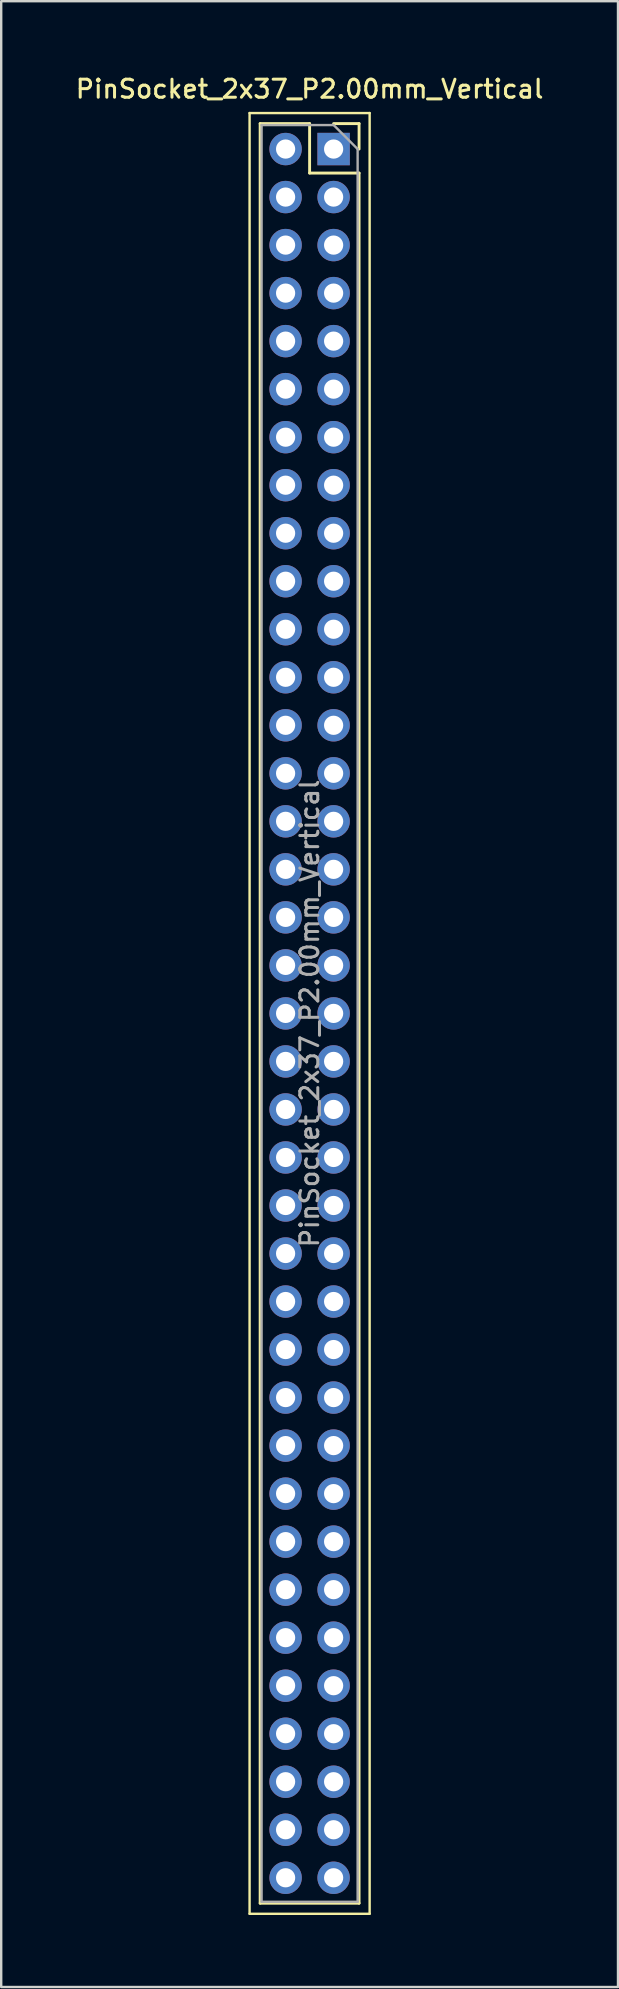
<source format=kicad_pcb>
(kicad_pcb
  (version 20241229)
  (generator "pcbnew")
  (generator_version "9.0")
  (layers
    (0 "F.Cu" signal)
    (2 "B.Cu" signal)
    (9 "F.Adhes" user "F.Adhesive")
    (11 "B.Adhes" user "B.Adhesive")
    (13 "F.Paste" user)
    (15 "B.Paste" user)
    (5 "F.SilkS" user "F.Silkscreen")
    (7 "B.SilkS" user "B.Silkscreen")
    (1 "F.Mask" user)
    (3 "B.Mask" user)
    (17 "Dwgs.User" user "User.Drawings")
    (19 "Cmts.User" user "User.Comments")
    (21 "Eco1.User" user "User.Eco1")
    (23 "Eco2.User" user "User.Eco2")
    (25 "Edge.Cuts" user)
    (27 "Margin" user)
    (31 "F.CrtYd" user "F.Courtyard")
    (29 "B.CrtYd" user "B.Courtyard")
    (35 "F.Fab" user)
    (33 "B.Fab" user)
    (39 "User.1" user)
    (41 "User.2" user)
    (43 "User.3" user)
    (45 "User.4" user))
  (footprint "PinSocket_2x37_P2.00mm_Vertical"
    (layer "F.Cu")
    (at 10.845 3.158)
    (property "Reference" "PinSocket_2x37_P2.00mm_Vertical" (at -1 -2.5 0) (layer "F.SilkS") (effects (font (size 0.75 0.75) (thickness 0.125))))
    (attr through_hole)
    (fp_line (start -3.5 -1.5) (end 1.5 -1.5) (stroke (width 0.1) (type solid)) (layer "F.SilkS"))
    (fp_line (start -3.5 73.5) (end -3.5 -1.5) (stroke (width 0.1) (type solid)) (layer "F.SilkS"))
    (fp_line (start -3.06 -1.06) (end -3.06 73.06) (stroke (width 0.12) (type solid)) (layer "F.SilkS"))
    (fp_line (start -3.06 -1.06) (end -1 -1.06) (stroke (width 0.12) (type solid)) (layer "F.SilkS"))
    (fp_line (start -3.06 73.06) (end 1.06 73.06) (stroke (width 0.12) (type solid)) (layer "F.SilkS"))
    (fp_line (start -1 -1.06) (end -1 1) (stroke (width 0.12) (type solid)) (layer "F.SilkS"))
    (fp_line (start -1 1) (end 1.06 1) (stroke (width 0.12) (type solid)) (layer "F.SilkS"))
    (fp_line (start 0 -1.06) (end 1.06 -1.06) (stroke (width 0.12) (type solid)) (layer "F.SilkS"))
    (fp_line (start 1.06 -1.06) (end 1.06 0) (stroke (width 0.12) (type solid)) (layer "F.SilkS"))
    (fp_line (start 1.06 1) (end 1.06 73.06) (stroke (width 0.12) (type solid)) (layer "F.SilkS"))
    (fp_line (start 1.5 -1.5) (end 1.5 73.5) (stroke (width 0.1) (type solid)) (layer "F.SilkS"))
    (fp_line (start 1.5 73.5) (end -3.5 73.5) (stroke (width 0.1) (type solid)) (layer "F.SilkS"))
    (fp_line (start -3 -1) (end 0 -1) (stroke (width 0.1) (type solid)) (layer "F.Fab"))
    (fp_line (start -3 73) (end -3 -1) (stroke (width 0.1) (type solid)) (layer "F.Fab"))
    (fp_line (start 0 -1) (end 1 0) (stroke (width 0.1) (type solid)) (layer "F.Fab"))
    (fp_line (start 1 0) (end 1 73) (stroke (width 0.1) (type solid)) (layer "F.Fab"))
    (fp_line (start 1 73) (end -3 73) (stroke (width 0.1) (type solid)) (layer "F.Fab"))
    (fp_text user "${REFERENCE}" (at -1 36 90) (layer "F.Fab") (effects (font (size 0.75 0.75) (thickness 0.125))))
    (pad "1" thru_hole rect (at 0 0) (size 1.35 1.35) (drill 0.8) (layers "*.Cu" "*.Mask"))
    (pad "2" thru_hole oval (at -2 0) (size 1.35 1.35) (drill 0.8) (layers "*.Cu" "*.Mask"))
    (pad "3" thru_hole oval (at 0 2) (size 1.35 1.35) (drill 0.8) (layers "*.Cu" "*.Mask"))
    (pad "4" thru_hole oval (at -2 2) (size 1.35 1.35) (drill 0.8) (layers "*.Cu" "*.Mask"))
    (pad "5" thru_hole oval (at 0 4) (size 1.35 1.35) (drill 0.8) (layers "*.Cu" "*.Mask"))
    (pad "6" thru_hole oval (at -2 4) (size 1.35 1.35) (drill 0.8) (layers "*.Cu" "*.Mask"))
    (pad "7" thru_hole oval (at 0 6) (size 1.35 1.35) (drill 0.8) (layers "*.Cu" "*.Mask"))
    (pad "8" thru_hole oval (at -2 6) (size 1.35 1.35) (drill 0.8) (layers "*.Cu" "*.Mask"))
    (pad "9" thru_hole oval (at 0 8) (size 1.35 1.35) (drill 0.8) (layers "*.Cu" "*.Mask"))
    (pad "10" thru_hole oval (at -2 8) (size 1.35 1.35) (drill 0.8) (layers "*.Cu" "*.Mask"))
    (pad "11" thru_hole oval (at 0 10) (size 1.35 1.35) (drill 0.8) (layers "*.Cu" "*.Mask"))
    (pad "12" thru_hole oval (at -2 10) (size 1.35 1.35) (drill 0.8) (layers "*.Cu" "*.Mask"))
    (pad "13" thru_hole oval (at 0 12) (size 1.35 1.35) (drill 0.8) (layers "*.Cu" "*.Mask"))
    (pad "14" thru_hole oval (at -2 12) (size 1.35 1.35) (drill 0.8) (layers "*.Cu" "*.Mask"))
    (pad "15" thru_hole oval (at 0 14) (size 1.35 1.35) (drill 0.8) (layers "*.Cu" "*.Mask"))
    (pad "16" thru_hole oval (at -2 14) (size 1.35 1.35) (drill 0.8) (layers "*.Cu" "*.Mask"))
    (pad "17" thru_hole oval (at 0 16) (size 1.35 1.35) (drill 0.8) (layers "*.Cu" "*.Mask"))
    (pad "18" thru_hole oval (at -2 16) (size 1.35 1.35) (drill 0.8) (layers "*.Cu" "*.Mask"))
    (pad "19" thru_hole oval (at 0 18) (size 1.35 1.35) (drill 0.8) (layers "*.Cu" "*.Mask"))
    (pad "20" thru_hole oval (at -2 18) (size 1.35 1.35) (drill 0.8) (layers "*.Cu" "*.Mask"))
    (pad "21" thru_hole oval (at 0 20) (size 1.35 1.35) (drill 0.8) (layers "*.Cu" "*.Mask"))
    (pad "22" thru_hole oval (at -2 20) (size 1.35 1.35) (drill 0.8) (layers "*.Cu" "*.Mask"))
    (pad "23" thru_hole oval (at 0 22) (size 1.35 1.35) (drill 0.8) (layers "*.Cu" "*.Mask"))
    (pad "24" thru_hole oval (at -2 22) (size 1.35 1.35) (drill 0.8) (layers "*.Cu" "*.Mask"))
    (pad "25" thru_hole oval (at 0 24) (size 1.35 1.35) (drill 0.8) (layers "*.Cu" "*.Mask"))
    (pad "26" thru_hole oval (at -2 24) (size 1.35 1.35) (drill 0.8) (layers "*.Cu" "*.Mask"))
    (pad "27" thru_hole oval (at 0 26) (size 1.35 1.35) (drill 0.8) (layers "*.Cu" "*.Mask"))
    (pad "28" thru_hole oval (at -2 26) (size 1.35 1.35) (drill 0.8) (layers "*.Cu" "*.Mask"))
    (pad "29" thru_hole oval (at 0 28) (size 1.35 1.35) (drill 0.8) (layers "*.Cu" "*.Mask"))
    (pad "30" thru_hole oval (at -2 28) (size 1.35 1.35) (drill 0.8) (layers "*.Cu" "*.Mask"))
    (pad "31" thru_hole oval (at 0 30) (size 1.35 1.35) (drill 0.8) (layers "*.Cu" "*.Mask"))
    (pad "32" thru_hole oval (at -2 30) (size 1.35 1.35) (drill 0.8) (layers "*.Cu" "*.Mask"))
    (pad "33" thru_hole oval (at 0 32) (size 1.35 1.35) (drill 0.8) (layers "*.Cu" "*.Mask"))
    (pad "34" thru_hole oval (at -2 32) (size 1.35 1.35) (drill 0.8) (layers "*.Cu" "*.Mask"))
    (pad "35" thru_hole oval (at 0 34) (size 1.35 1.35) (drill 0.8) (layers "*.Cu" "*.Mask"))
    (pad "36" thru_hole oval (at -2 34) (size 1.35 1.35) (drill 0.8) (layers "*.Cu" "*.Mask"))
    (pad "37" thru_hole oval (at 0 36) (size 1.35 1.35) (drill 0.8) (layers "*.Cu" "*.Mask"))
    (pad "38" thru_hole oval (at -2 36) (size 1.35 1.35) (drill 0.8) (layers "*.Cu" "*.Mask"))
    (pad "39" thru_hole oval (at 0 38) (size 1.35 1.35) (drill 0.8) (layers "*.Cu" "*.Mask"))
    (pad "40" thru_hole oval (at -2 38) (size 1.35 1.35) (drill 0.8) (layers "*.Cu" "*.Mask"))
    (pad "41" thru_hole oval (at 0 40) (size 1.35 1.35) (drill 0.8) (layers "*.Cu" "*.Mask"))
    (pad "42" thru_hole oval (at -2 40) (size 1.35 1.35) (drill 0.8) (layers "*.Cu" "*.Mask"))
    (pad "43" thru_hole oval (at 0 42) (size 1.35 1.35) (drill 0.8) (layers "*.Cu" "*.Mask"))
    (pad "44" thru_hole oval (at -2 42) (size 1.35 1.35) (drill 0.8) (layers "*.Cu" "*.Mask"))
    (pad "45" thru_hole oval (at 0 44) (size 1.35 1.35) (drill 0.8) (layers "*.Cu" "*.Mask"))
    (pad "46" thru_hole oval (at -2 44) (size 1.35 1.35) (drill 0.8) (layers "*.Cu" "*.Mask"))
    (pad "47" thru_hole oval (at 0 46) (size 1.35 1.35) (drill 0.8) (layers "*.Cu" "*.Mask"))
    (pad "48" thru_hole oval (at -2 46) (size 1.35 1.35) (drill 0.8) (layers "*.Cu" "*.Mask"))
    (pad "49" thru_hole oval (at 0 48) (size 1.35 1.35) (drill 0.8) (layers "*.Cu" "*.Mask"))
    (pad "50" thru_hole oval (at -2 48) (size 1.35 1.35) (drill 0.8) (layers "*.Cu" "*.Mask"))
    (pad "51" thru_hole oval (at 0 50) (size 1.35 1.35) (drill 0.8) (layers "*.Cu" "*.Mask"))
    (pad "52" thru_hole oval (at -2 50) (size 1.35 1.35) (drill 0.8) (layers "*.Cu" "*.Mask"))
    (pad "53" thru_hole oval (at 0 52) (size 1.35 1.35) (drill 0.8) (layers "*.Cu" "*.Mask"))
    (pad "54" thru_hole oval (at -2 52) (size 1.35 1.35) (drill 0.8) (layers "*.Cu" "*.Mask"))
    (pad "55" thru_hole oval (at 0 54) (size 1.35 1.35) (drill 0.8) (layers "*.Cu" "*.Mask"))
    (pad "56" thru_hole oval (at -2 54) (size 1.35 1.35) (drill 0.8) (layers "*.Cu" "*.Mask"))
    (pad "57" thru_hole oval (at 0 56) (size 1.35 1.35) (drill 0.8) (layers "*.Cu" "*.Mask"))
    (pad "58" thru_hole oval (at -2 56) (size 1.35 1.35) (drill 0.8) (layers "*.Cu" "*.Mask"))
    (pad "59" thru_hole oval (at 0 58) (size 1.35 1.35) (drill 0.8) (layers "*.Cu" "*.Mask"))
    (pad "60" thru_hole oval (at -2 58) (size 1.35 1.35) (drill 0.8) (layers "*.Cu" "*.Mask"))
    (pad "61" thru_hole oval (at 0 60) (size 1.35 1.35) (drill 0.8) (layers "*.Cu" "*.Mask"))
    (pad "62" thru_hole oval (at -2 60) (size 1.35 1.35) (drill 0.8) (layers "*.Cu" "*.Mask"))
    (pad "63" thru_hole oval (at 0 62) (size 1.35 1.35) (drill 0.8) (layers "*.Cu" "*.Mask"))
    (pad "64" thru_hole oval (at -2 62) (size 1.35 1.35) (drill 0.8) (layers "*.Cu" "*.Mask"))
    (pad "65" thru_hole oval (at 0 64) (size 1.35 1.35) (drill 0.8) (layers "*.Cu" "*.Mask"))
    (pad "66" thru_hole oval (at -2 64) (size 1.35 1.35) (drill 0.8) (layers "*.Cu" "*.Mask"))
    (pad "67" thru_hole oval (at 0 66) (size 1.35 1.35) (drill 0.8) (layers "*.Cu" "*.Mask"))
    (pad "68" thru_hole oval (at -2 66) (size 1.35 1.35) (drill 0.8) (layers "*.Cu" "*.Mask"))
    (pad "69" thru_hole oval (at 0 68) (size 1.35 1.35) (drill 0.8) (layers "*.Cu" "*.Mask"))
    (pad "70" thru_hole oval (at -2 68) (size 1.35 1.35) (drill 0.8) (layers "*.Cu" "*.Mask"))
    (pad "71" thru_hole oval (at 0 70) (size 1.35 1.35) (drill 0.8) (layers "*.Cu" "*.Mask"))
    (pad "72" thru_hole oval (at -2 70) (size 1.35 1.35) (drill 0.8) (layers "*.Cu" "*.Mask"))
    (pad "73" thru_hole oval (at 0 72) (size 1.35 1.35) (drill 0.8) (layers "*.Cu" "*.Mask"))
    (pad "74" thru_hole oval (at -2 72) (size 1.35 1.35) (drill 0.8) (layers "*.Cu" "*.Mask")))
  (gr_rect
    (start -3 -3)
    (end 22.689 79.708)
    (stroke (width 0.1) (type default))
    (fill no)
    (layer "Edge.Cuts")))
</source>
